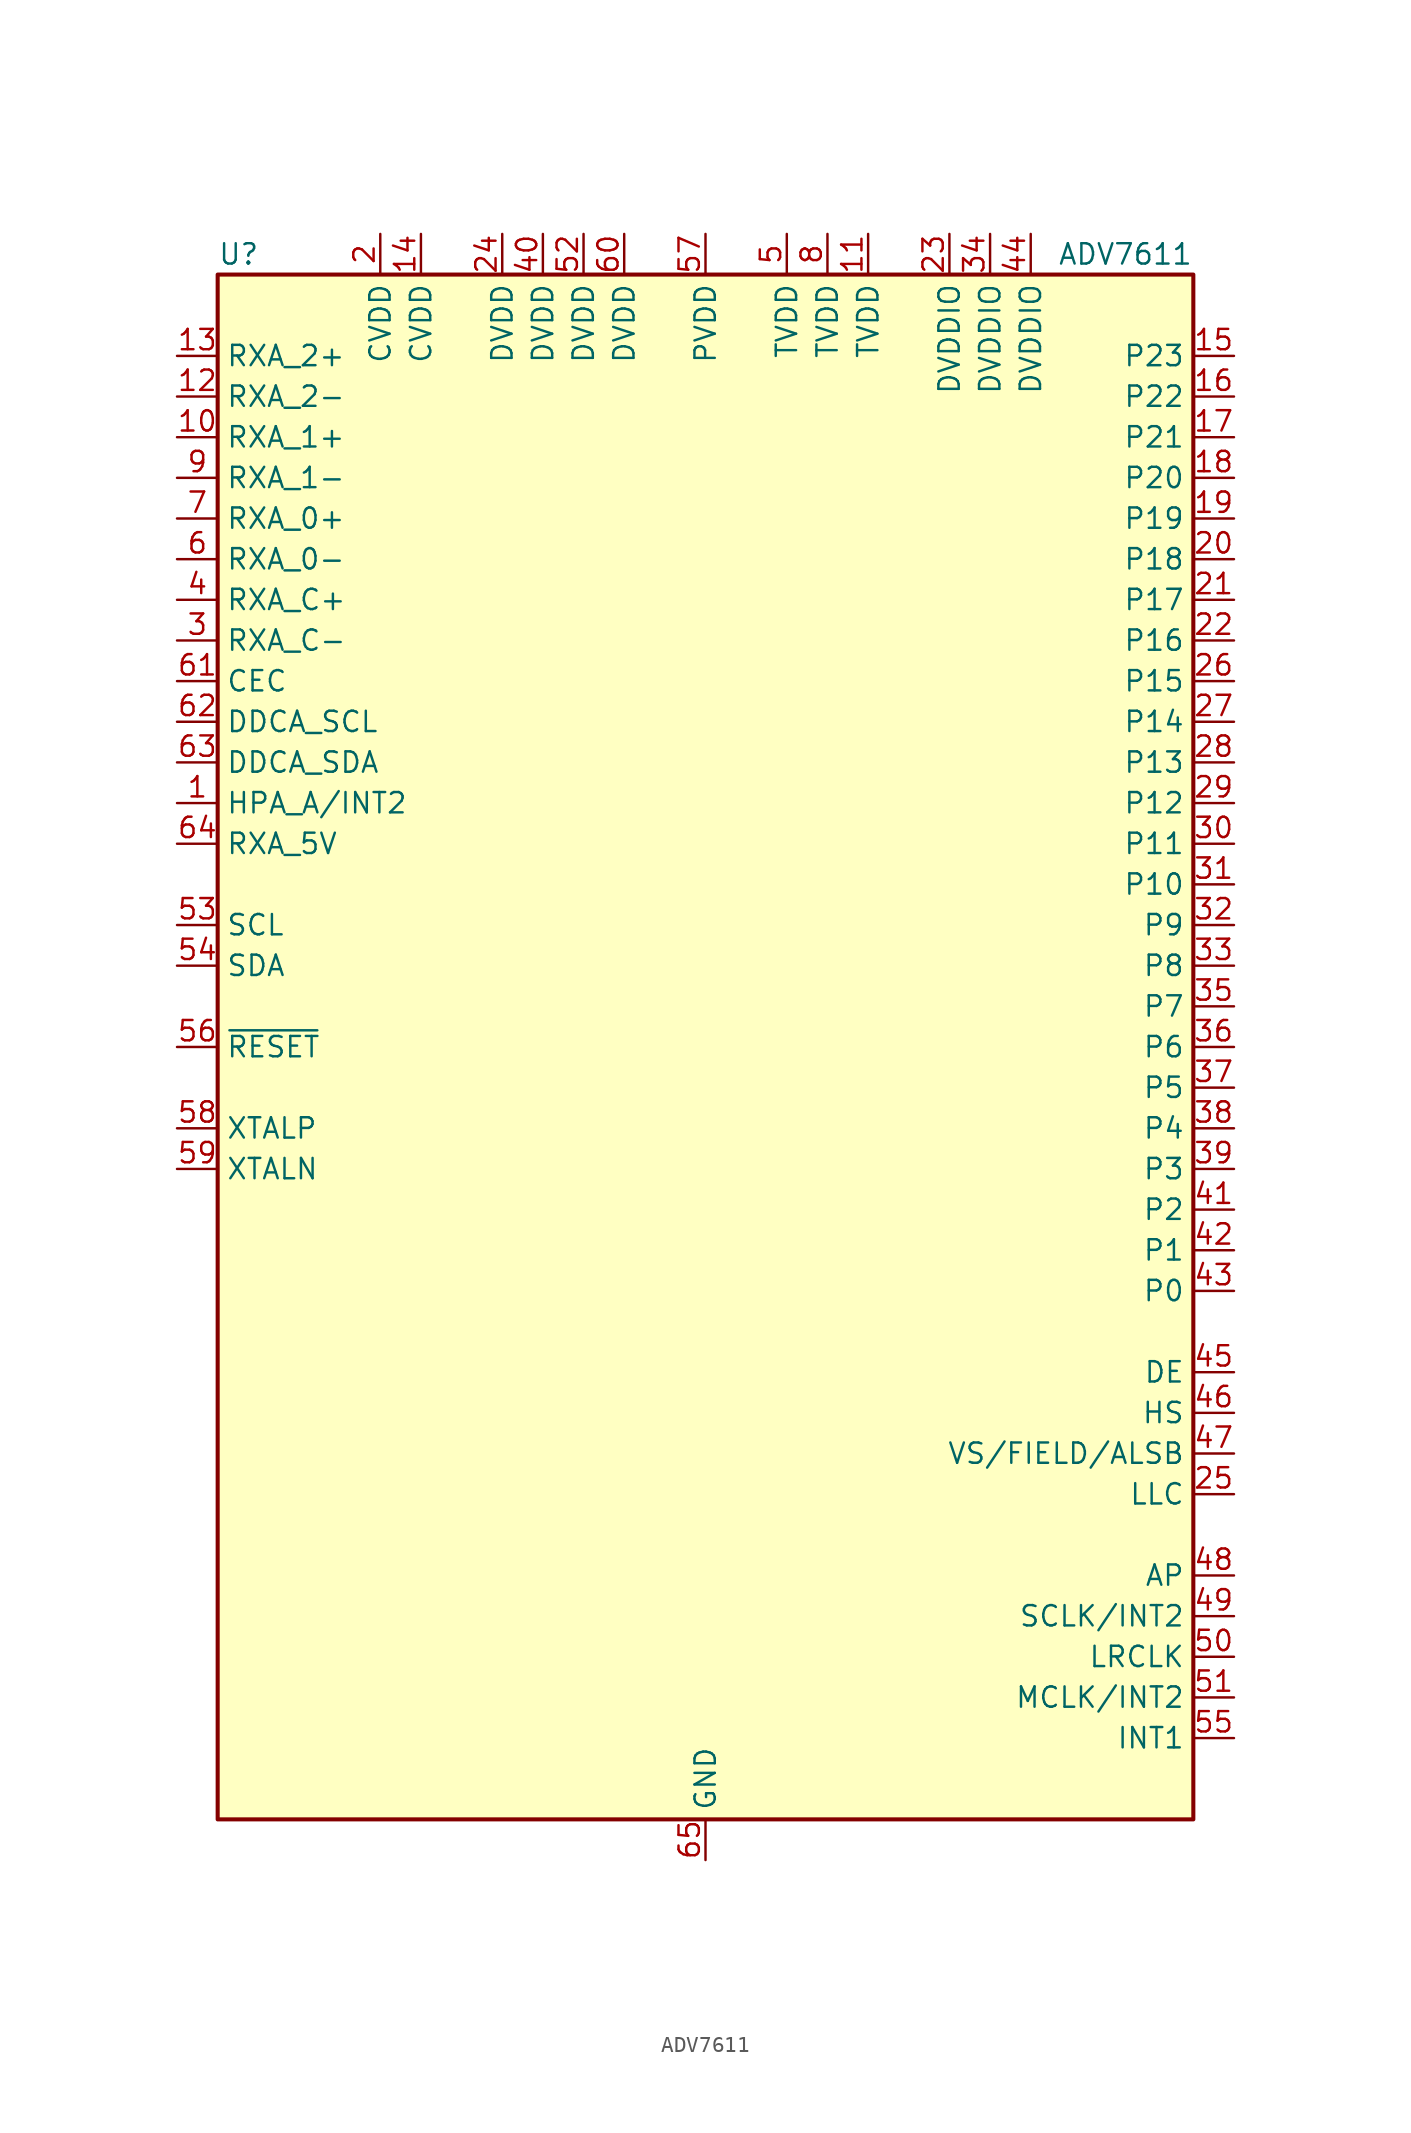
<source format=kicad_sym>
(kicad_symbol_lib
  (version 20211014)
  (generator kicad_symbol_editor)
  (symbol "ADV7611"
    (property "Reference" "U"
      (at -30.48 49.53 0)
      (effects (font (size 1.27 1.27)) (justify left)))
    (property "Value" "ADV7611"
      (at 30.48 49.53 0)
      (effects (font (size 1.27 1.27)) (justify right)))
    (symbol "ADV7611_0_1"
      (rectangle (start -30.48 48.26) (end 30.48 -48.26) (stroke (width 0.254) (type default) (color 0 0 0 0)) (fill (type background))))
    (symbol "ADV7611_1_1"
      (pin bidirectional line (at -33.02 15.24 0) (length 2.54) (name "HPA_A/INT2" (effects (font (size 1.27 1.27)))) (number "1" (effects (font (size 1.27 1.27)))))
      (pin input line (at -33.02 38.1 0) (length 2.54) (name "RXA_1+" (effects (font (size 1.27 1.27)))) (number "10" (effects (font (size 1.27 1.27)))))
      (pin power_in line (at 10.16 50.8 270) (length 2.54) (name "TVDD" (effects (font (size 1.27 1.27)))) (number "11" (effects (font (size 1.27 1.27)))))
      (pin input line (at -33.02 40.64 0) (length 2.54) (name "RXA_2-" (effects (font (size 1.27 1.27)))) (number "12" (effects (font (size 1.27 1.27)))))
      (pin input line (at -33.02 43.18 0) (length 2.54) (name "RXA_2+" (effects (font (size 1.27 1.27)))) (number "13" (effects (font (size 1.27 1.27)))))
      (pin power_in line (at -17.78 50.8 270) (length 2.54) (name "CVDD" (effects (font (size 1.27 1.27)))) (number "14" (effects (font (size 1.27 1.27)))))
      (pin output line (at 33.02 43.18 180) (length 2.54) (name "P23" (effects (font (size 1.27 1.27)))) (number "15" (effects (font (size 1.27 1.27)))))
      (pin output line (at 33.02 40.64 180) (length 2.54) (name "P22" (effects (font (size 1.27 1.27)))) (number "16" (effects (font (size 1.27 1.27)))))
      (pin output line (at 33.02 38.1 180) (length 2.54) (name "P21" (effects (font (size 1.27 1.27)))) (number "17" (effects (font (size 1.27 1.27)))))
      (pin output line (at 33.02 35.56 180) (length 2.54) (name "P20" (effects (font (size 1.27 1.27)))) (number "18" (effects (font (size 1.27 1.27)))))
      (pin output line (at 33.02 33.02 180) (length 2.54) (name "P19" (effects (font (size 1.27 1.27)))) (number "19" (effects (font (size 1.27 1.27)))))
      (pin power_in line (at -20.32 50.8 270) (length 2.54) (name "CVDD" (effects (font (size 1.27 1.27)))) (number "2" (effects (font (size 1.27 1.27)))))
      (pin output line (at 33.02 30.48 180) (length 2.54) (name "P18" (effects (font (size 1.27 1.27)))) (number "20" (effects (font (size 1.27 1.27)))))
      (pin output line (at 33.02 27.94 180) (length 2.54) (name "P17" (effects (font (size 1.27 1.27)))) (number "21" (effects (font (size 1.27 1.27)))))
      (pin output line (at 33.02 25.4 180) (length 2.54) (name "P16" (effects (font (size 1.27 1.27)))) (number "22" (effects (font (size 1.27 1.27)))))
      (pin power_in line (at 15.24 50.8 270) (length 2.54) (name "DVDDIO" (effects (font (size 1.27 1.27)))) (number "23" (effects (font (size 1.27 1.27)))))
      (pin power_in line (at -12.7 50.8 270) (length 2.54) (name "DVDD" (effects (font (size 1.27 1.27)))) (number "24" (effects (font (size 1.27 1.27)))))
      (pin output line (at 33.02 -27.94 180) (length 2.54) (name "LLC" (effects (font (size 1.27 1.27)))) (number "25" (effects (font (size 1.27 1.27)))))
      (pin output line (at 33.02 22.86 180) (length 2.54) (name "P15" (effects (font (size 1.27 1.27)))) (number "26" (effects (font (size 1.27 1.27)))))
      (pin output line (at 33.02 20.32 180) (length 2.54) (name "P14" (effects (font (size 1.27 1.27)))) (number "27" (effects (font (size 1.27 1.27)))))
      (pin output line (at 33.02 17.78 180) (length 2.54) (name "P13" (effects (font (size 1.27 1.27)))) (number "28" (effects (font (size 1.27 1.27)))))
      (pin output line (at 33.02 15.24 180) (length 2.54) (name "P12" (effects (font (size 1.27 1.27)))) (number "29" (effects (font (size 1.27 1.27)))))
      (pin input line (at -33.02 25.4 0) (length 2.54) (name "RXA_C-" (effects (font (size 1.27 1.27)))) (number "3" (effects (font (size 1.27 1.27)))))
      (pin output line (at 33.02 12.7 180) (length 2.54) (name "P11" (effects (font (size 1.27 1.27)))) (number "30" (effects (font (size 1.27 1.27)))))
      (pin output line (at 33.02 10.16 180) (length 2.54) (name "P10" (effects (font (size 1.27 1.27)))) (number "31" (effects (font (size 1.27 1.27)))))
      (pin output line (at 33.02 7.62 180) (length 2.54) (name "P9" (effects (font (size 1.27 1.27)))) (number "32" (effects (font (size 1.27 1.27)))))
      (pin output line (at 33.02 5.08 180) (length 2.54) (name "P8" (effects (font (size 1.27 1.27)))) (number "33" (effects (font (size 1.27 1.27)))))
      (pin power_in line (at 17.78 50.8 270) (length 2.54) (name "DVDDIO" (effects (font (size 1.27 1.27)))) (number "34" (effects (font (size 1.27 1.27)))))
      (pin output line (at 33.02 2.54 180) (length 2.54) (name "P7" (effects (font (size 1.27 1.27)))) (number "35" (effects (font (size 1.27 1.27)))))
      (pin output line (at 33.02 0 180) (length 2.54) (name "P6" (effects (font (size 1.27 1.27)))) (number "36" (effects (font (size 1.27 1.27)))))
      (pin output line (at 33.02 -2.54 180) (length 2.54) (name "P5" (effects (font (size 1.27 1.27)))) (number "37" (effects (font (size 1.27 1.27)))))
      (pin output line (at 33.02 -5.08 180) (length 2.54) (name "P4" (effects (font (size 1.27 1.27)))) (number "38" (effects (font (size 1.27 1.27)))))
      (pin output line (at 33.02 -7.62 180) (length 2.54) (name "P3" (effects (font (size 1.27 1.27)))) (number "39" (effects (font (size 1.27 1.27)))))
      (pin input line (at -33.02 27.94 0) (length 2.54) (name "RXA_C+" (effects (font (size 1.27 1.27)))) (number "4" (effects (font (size 1.27 1.27)))))
      (pin power_in line (at -10.16 50.8 270) (length 2.54) (name "DVDD" (effects (font (size 1.27 1.27)))) (number "40" (effects (font (size 1.27 1.27)))))
      (pin output line (at 33.02 -10.16 180) (length 2.54) (name "P2" (effects (font (size 1.27 1.27)))) (number "41" (effects (font (size 1.27 1.27)))))
      (pin output line (at 33.02 -12.7 180) (length 2.54) (name "P1" (effects (font (size 1.27 1.27)))) (number "42" (effects (font (size 1.27 1.27)))))
      (pin output line (at 33.02 -15.24 180) (length 2.54) (name "P0" (effects (font (size 1.27 1.27)))) (number "43" (effects (font (size 1.27 1.27)))))
      (pin power_in line (at 20.32 50.8 270) (length 2.54) (name "DVDDIO" (effects (font (size 1.27 1.27)))) (number "44" (effects (font (size 1.27 1.27)))))
      (pin output line (at 33.02 -20.32 180) (length 2.54) (name "DE" (effects (font (size 1.27 1.27)))) (number "45" (effects (font (size 1.27 1.27)))))
      (pin output line (at 33.02 -22.86 180) (length 2.54) (name "HS" (effects (font (size 1.27 1.27)))) (number "46" (effects (font (size 1.27 1.27)))))
      (pin bidirectional line (at 33.02 -25.4 180) (length 2.54) (name "VS/FIELD/ALSB" (effects (font (size 1.27 1.27)))) (number "47" (effects (font (size 1.27 1.27)))))
      (pin output line (at 33.02 -33.02 180) (length 2.54) (name "AP" (effects (font (size 1.27 1.27)))) (number "48" (effects (font (size 1.27 1.27)))))
      (pin output line (at 33.02 -35.56 180) (length 2.54) (name "SCLK/INT2" (effects (font (size 1.27 1.27)))) (number "49" (effects (font (size 1.27 1.27)))))
      (pin power_in line (at 5.08 50.8 270) (length 2.54) (name "TVDD" (effects (font (size 1.27 1.27)))) (number "5" (effects (font (size 1.27 1.27)))))
      (pin output line (at 33.02 -38.1 180) (length 2.54) (name "LRCLK" (effects (font (size 1.27 1.27)))) (number "50" (effects (font (size 1.27 1.27)))))
      (pin output line (at 33.02 -40.64 180) (length 2.54) (name "MCLK/INT2" (effects (font (size 1.27 1.27)))) (number "51" (effects (font (size 1.27 1.27)))))
      (pin power_in line (at -7.62 50.8 270) (length 2.54) (name "DVDD" (effects (font (size 1.27 1.27)))) (number "52" (effects (font (size 1.27 1.27)))))
      (pin input line (at -33.02 7.62 0) (length 2.54) (name "SCL" (effects (font (size 1.27 1.27)))) (number "53" (effects (font (size 1.27 1.27)))))
      (pin bidirectional line (at -33.02 5.08 0) (length 2.54) (name "SDA" (effects (font (size 1.27 1.27)))) (number "54" (effects (font (size 1.27 1.27)))))
      (pin output line (at 33.02 -43.18 180) (length 2.54) (name "INT1" (effects (font (size 1.27 1.27)))) (number "55" (effects (font (size 1.27 1.27)))))
      (pin input line (at -33.02 0 0) (length 2.54) (name "~{RESET}" (effects (font (size 1.27 1.27)))) (number "56" (effects (font (size 1.27 1.27)))))
      (pin power_in line (at 0 50.8 270) (length 2.54) (name "PVDD" (effects (font (size 1.27 1.27)))) (number "57" (effects (font (size 1.27 1.27)))))
      (pin input line (at -33.02 -5.08 0) (length 2.54) (name "XTALP" (effects (font (size 1.27 1.27)))) (number "58" (effects (font (size 1.27 1.27)))))
      (pin input line (at -33.02 -7.62 0) (length 2.54) (name "XTALN" (effects (font (size 1.27 1.27)))) (number "59" (effects (font (size 1.27 1.27)))))
      (pin input line (at -33.02 30.48 0) (length 2.54) (name "RXA_0-" (effects (font (size 1.27 1.27)))) (number "6" (effects (font (size 1.27 1.27)))))
      (pin power_in line (at -5.08 50.8 270) (length 2.54) (name "DVDD" (effects (font (size 1.27 1.27)))) (number "60" (effects (font (size 1.27 1.27)))))
      (pin bidirectional line (at -33.02 22.86 0) (length 2.54) (name "CEC" (effects (font (size 1.27 1.27)))) (number "61" (effects (font (size 1.27 1.27)))))
      (pin input line (at -33.02 20.32 0) (length 2.54) (name "DDCA_SCL" (effects (font (size 1.27 1.27)))) (number "62" (effects (font (size 1.27 1.27)))))
      (pin bidirectional line (at -33.02 17.78 0) (length 2.54) (name "DDCA_SDA" (effects (font (size 1.27 1.27)))) (number "63" (effects (font (size 1.27 1.27)))))
      (pin input line (at -33.02 12.7 0) (length 2.54) (name "RXA_5V" (effects (font (size 1.27 1.27)))) (number "64" (effects (font (size 1.27 1.27)))))
      (pin power_in line (at 0 -50.8 90) (length 2.54) (name "GND" (effects (font (size 1.27 1.27)))) (number "65" (effects (font (size 1.27 1.27)))))
      (pin input line (at -33.02 33.02 0) (length 2.54) (name "RXA_0+" (effects (font (size 1.27 1.27)))) (number "7" (effects (font (size 1.27 1.27)))))
      (pin power_in line (at 7.62 50.8 270) (length 2.54) (name "TVDD" (effects (font (size 1.27 1.27)))) (number "8" (effects (font (size 1.27 1.27)))))
      (pin input line (at -33.02 35.56 0) (length 2.54) (name "RXA_1-" (effects (font (size 1.27 1.27)))) (number "9" (effects (font (size 1.27 1.27))))))))
</source>
